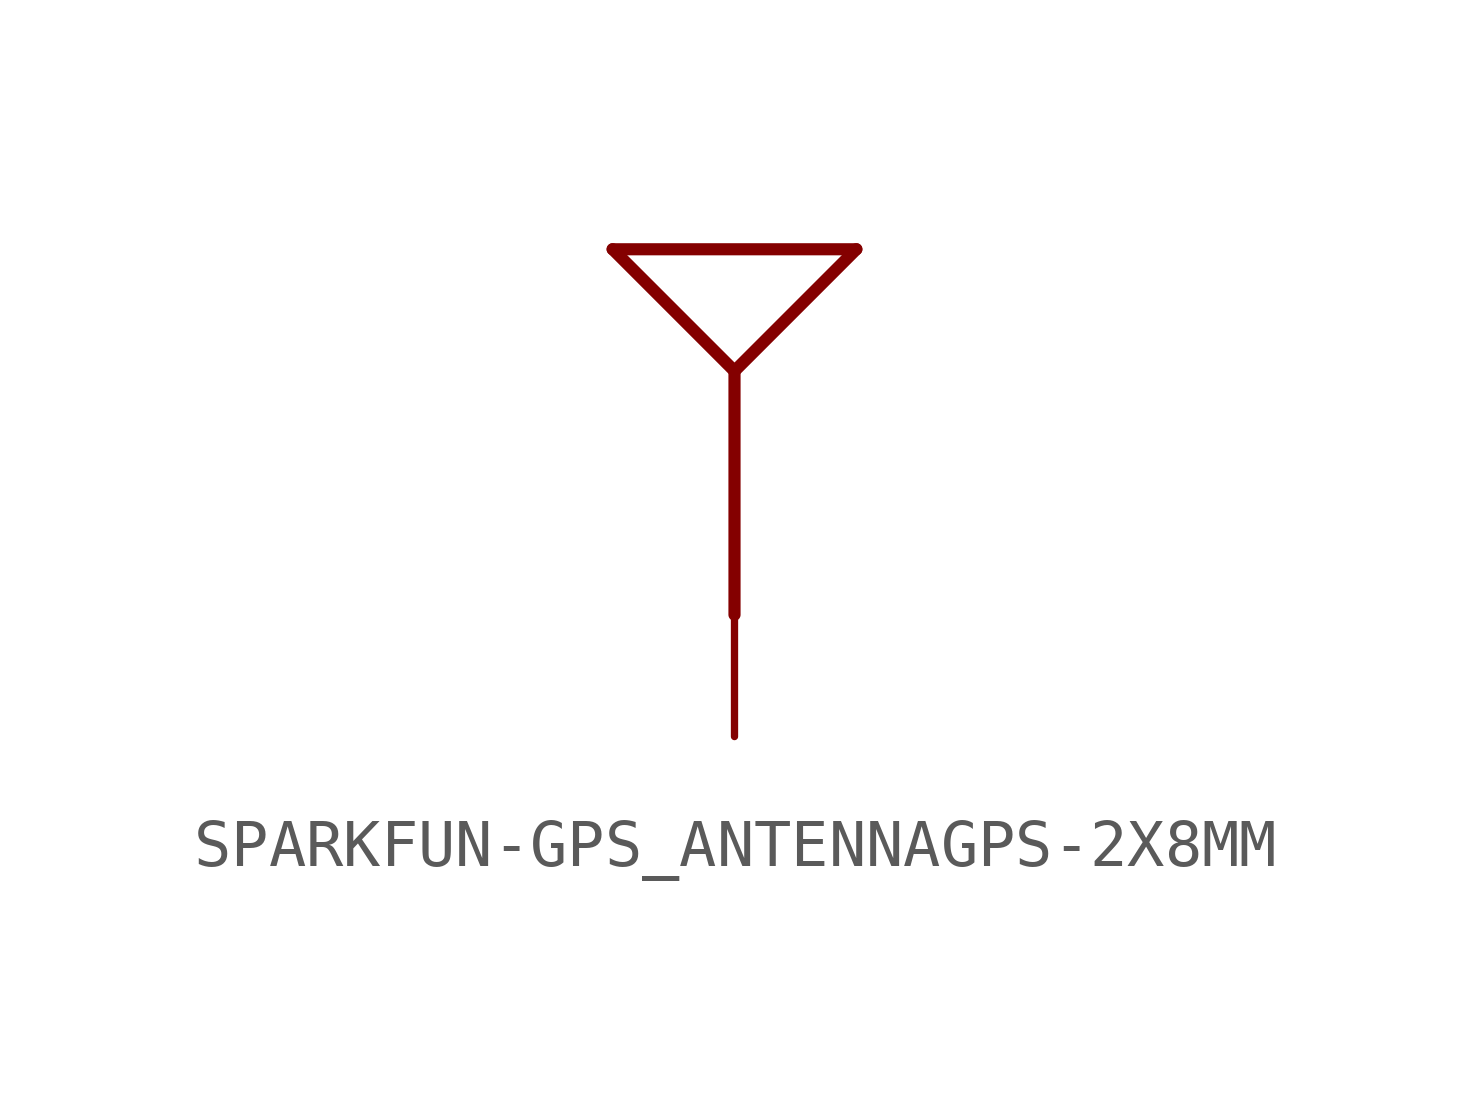
<source format=kicad_sym>
(kicad_symbol_lib
  (version 20220914)
  (generator kicad_symbol_editor)
  (symbol "SPARKFUN-GPS_ANTENNAGPS-2X8MM"
    (property "Reference" ""
      (at 0.508 0 0)
      (effects (font (size 1.778 1.778)) (justify left bottom) hide))
    (property "Value" ""
      (at 0.508 -2.54 0)
      (effects (font (size 1.778 1.778)) (justify left bottom)))
    (property "ki_locked" ""
      (at 0 0 0)
      (effects (font (size 1.27 1.27))))
    (symbol "SPARKFUN-GPS_ANTENNAGPS-2X8MM_1_0"
      (polyline (pts (xy -2.54 5.08) (xy 2.54 5.08)) (stroke (width 0.254) (type solid)) (fill (type none)))
      (polyline (pts (xy 0 2.54) (xy -2.54 5.08)) (stroke (width 0.254) (type solid)) (fill (type none)))
      (polyline (pts (xy 0 2.54) (xy 0 -2.54)) (stroke (width 0.254) (type solid)) (fill (type none)))
      (polyline (pts (xy 0 2.54) (xy 2.54 5.08)) (stroke (width 0.254) (type solid)) (fill (type none)))
      (pin bidirectional line (at 0 -5.08 90) (length 2.54) (name "SIGNAL" (effects (font (size 0 0)))) (number "SIG" (effects (font (size 0 0))))))))
</source>
